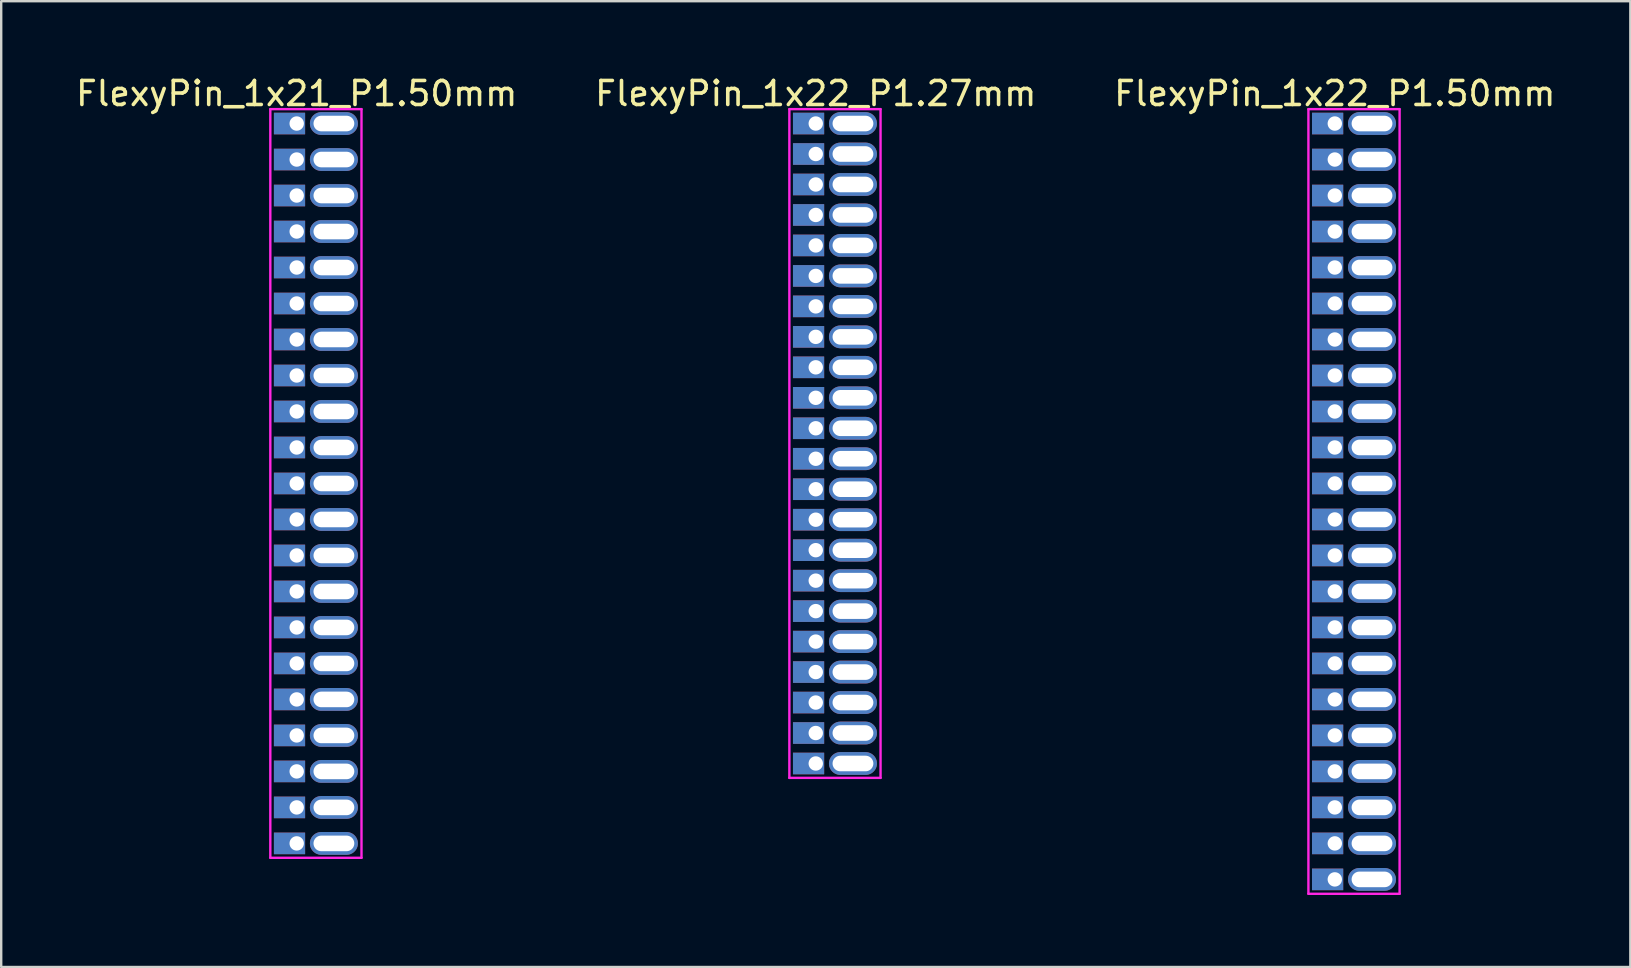
<source format=kicad_pcb>
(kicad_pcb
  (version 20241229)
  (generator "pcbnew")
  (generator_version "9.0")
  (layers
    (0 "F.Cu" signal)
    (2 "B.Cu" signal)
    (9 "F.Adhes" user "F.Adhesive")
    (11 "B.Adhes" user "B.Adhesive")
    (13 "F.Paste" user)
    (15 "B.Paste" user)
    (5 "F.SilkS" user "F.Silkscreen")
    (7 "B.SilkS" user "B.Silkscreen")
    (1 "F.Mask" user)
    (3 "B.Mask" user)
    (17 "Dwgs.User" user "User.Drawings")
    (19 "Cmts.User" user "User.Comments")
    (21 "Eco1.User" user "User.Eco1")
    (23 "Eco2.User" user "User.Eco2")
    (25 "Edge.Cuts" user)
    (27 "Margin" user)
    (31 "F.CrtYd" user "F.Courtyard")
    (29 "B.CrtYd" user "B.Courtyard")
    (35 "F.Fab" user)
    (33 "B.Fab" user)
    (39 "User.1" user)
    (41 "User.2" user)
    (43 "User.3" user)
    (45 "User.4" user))
  (footprint "FlexyPin_1x21_P1.50mm"
    (layer "F.Cu")
    (at 9.315 2.098)
    (property "Reference" "FlexyPin_1x21_P1.50mm" (at 0 -1.25 0) (layer "F.SilkS") (effects (font (size 1 1) (thickness 0.15))))
    (attr through_hole)
    (fp_line (start -1.1 -0.6) (end 2.7 -0.6) (stroke (width 0.1) (type solid)) (layer "F.CrtYd"))
    (fp_line (start -1.1 30.6) (end -1.1 -0.6) (stroke (width 0.1) (type solid)) (layer "F.CrtYd"))
    (fp_line (start 2.7 -0.6) (end 2.7 30.6) (stroke (width 0.1) (type solid)) (layer "F.CrtYd"))
    (fp_line (start 2.7 30.6) (end -1.1 30.6) (stroke (width 0.1) (type solid)) (layer "F.CrtYd"))
    (pad "" thru_hole oval (at 1.55 0) (size 2 0.95) (drill oval 1.7 0.65) (layers "*.Cu" "*.Mask"))
    (pad "" thru_hole oval (at 1.55 1.5) (size 2 0.95) (drill oval 1.7 0.65) (layers "*.Cu" "*.Mask"))
    (pad "" thru_hole oval (at 1.55 3) (size 2 0.95) (drill oval 1.7 0.65) (layers "*.Cu" "*.Mask"))
    (pad "" thru_hole oval (at 1.55 4.5) (size 2 0.95) (drill oval 1.7 0.65) (layers "*.Cu" "*.Mask"))
    (pad "" thru_hole oval (at 1.55 6) (size 2 0.95) (drill oval 1.7 0.65) (layers "*.Cu" "*.Mask"))
    (pad "" thru_hole oval (at 1.55 7.5) (size 2 0.95) (drill oval 1.7 0.65) (layers "*.Cu" "*.Mask"))
    (pad "" thru_hole oval (at 1.55 9) (size 2 0.95) (drill oval 1.7 0.65) (layers "*.Cu" "*.Mask"))
    (pad "" thru_hole oval (at 1.55 10.5) (size 2 0.95) (drill oval 1.7 0.65) (layers "*.Cu" "*.Mask"))
    (pad "" thru_hole oval (at 1.55 12) (size 2 0.95) (drill oval 1.7 0.65) (layers "*.Cu" "*.Mask"))
    (pad "" thru_hole oval (at 1.55 13.5) (size 2 0.95) (drill oval 1.7 0.65) (layers "*.Cu" "*.Mask"))
    (pad "" thru_hole oval (at 1.55 15) (size 2 0.95) (drill oval 1.7 0.65) (layers "*.Cu" "*.Mask"))
    (pad "" thru_hole oval (at 1.55 16.5) (size 2 0.95) (drill oval 1.7 0.65) (layers "*.Cu" "*.Mask"))
    (pad "" thru_hole oval (at 1.55 18) (size 2 0.95) (drill oval 1.7 0.65) (layers "*.Cu" "*.Mask"))
    (pad "" thru_hole oval (at 1.55 19.5) (size 2 0.95) (drill oval 1.7 0.65) (layers "*.Cu" "*.Mask"))
    (pad "" thru_hole oval (at 1.55 21) (size 2 0.95) (drill oval 1.7 0.65) (layers "*.Cu" "*.Mask"))
    (pad "" thru_hole oval (at 1.55 22.5) (size 2 0.95) (drill oval 1.7 0.65) (layers "*.Cu" "*.Mask"))
    (pad "" thru_hole oval (at 1.55 24) (size 2 0.95) (drill oval 1.7 0.65) (layers "*.Cu" "*.Mask"))
    (pad "" thru_hole oval (at 1.55 25.5) (size 2 0.95) (drill oval 1.7 0.65) (layers "*.Cu" "*.Mask"))
    (pad "" thru_hole oval (at 1.55 27) (size 2 0.95) (drill oval 1.7 0.65) (layers "*.Cu" "*.Mask"))
    (pad "" thru_hole oval (at 1.55 28.5) (size 2 0.95) (drill oval 1.7 0.65) (layers "*.Cu" "*.Mask"))
    (pad "" thru_hole oval (at 1.55 30) (size 2 0.95) (drill oval 1.7 0.65) (layers "*.Cu" "*.Mask"))
    (pad "1" thru_hole rect (at 0 0) (size 1.3 0.9) (drill 0.6 (offset -0.3 0)) (layers "*.Cu" "*.Mask"))
    (pad "2" thru_hole rect (at 0 1.5) (size 1.3 0.9) (drill 0.6 (offset -0.3 0)) (layers "*.Cu" "*.Mask"))
    (pad "3" thru_hole rect (at 0 3) (size 1.3 0.9) (drill 0.6 (offset -0.3 0)) (layers "*.Cu" "*.Mask"))
    (pad "4" thru_hole rect (at 0 4.5) (size 1.3 0.9) (drill 0.6 (offset -0.3 0)) (layers "*.Cu" "*.Mask"))
    (pad "5" thru_hole rect (at 0 6) (size 1.3 0.9) (drill 0.6 (offset -0.3 0)) (layers "*.Cu" "*.Mask"))
    (pad "6" thru_hole rect (at 0 7.5) (size 1.3 0.9) (drill 0.6 (offset -0.3 0)) (layers "*.Cu" "*.Mask"))
    (pad "7" thru_hole rect (at 0 9) (size 1.3 0.9) (drill 0.6 (offset -0.3 0)) (layers "*.Cu" "*.Mask"))
    (pad "8" thru_hole rect (at 0 10.5) (size 1.3 0.9) (drill 0.6 (offset -0.3 0)) (layers "*.Cu" "*.Mask"))
    (pad "9" thru_hole rect (at 0 12) (size 1.3 0.9) (drill 0.6 (offset -0.3 0)) (layers "*.Cu" "*.Mask"))
    (pad "10" thru_hole rect (at 0 13.5) (size 1.3 0.9) (drill 0.6 (offset -0.3 0)) (layers "*.Cu" "*.Mask"))
    (pad "11" thru_hole rect (at 0 15) (size 1.3 0.9) (drill 0.6 (offset -0.3 0)) (layers "*.Cu" "*.Mask"))
    (pad "12" thru_hole rect (at 0 16.5) (size 1.3 0.9) (drill 0.6 (offset -0.3 0)) (layers "*.Cu" "*.Mask"))
    (pad "13" thru_hole rect (at 0 18) (size 1.3 0.9) (drill 0.6 (offset -0.3 0)) (layers "*.Cu" "*.Mask"))
    (pad "14" thru_hole rect (at 0 19.5) (size 1.3 0.9) (drill 0.6 (offset -0.3 0)) (layers "*.Cu" "*.Mask"))
    (pad "15" thru_hole rect (at 0 21) (size 1.3 0.9) (drill 0.6 (offset -0.3 0)) (layers "*.Cu" "*.Mask"))
    (pad "16" thru_hole rect (at 0 22.5) (size 1.3 0.9) (drill 0.6 (offset -0.3 0)) (layers "*.Cu" "*.Mask"))
    (pad "17" thru_hole rect (at 0 24) (size 1.3 0.9) (drill 0.6 (offset -0.3 0)) (layers "*.Cu" "*.Mask"))
    (pad "18" thru_hole rect (at 0 25.5) (size 1.3 0.9) (drill 0.6 (offset -0.3 0)) (layers "*.Cu" "*.Mask"))
    (pad "19" thru_hole rect (at 0 27) (size 1.3 0.9) (drill 0.6 (offset -0.3 0)) (layers "*.Cu" "*.Mask"))
    (pad "20" thru_hole rect (at 0 28.5) (size 1.3 0.9) (drill 0.6 (offset -0.3 0)) (layers "*.Cu" "*.Mask"))
    (pad "21" thru_hole rect (at 0 30) (size 1.3 0.9) (drill 0.6 (offset -0.3 0)) (layers "*.Cu" "*.Mask")))
  (footprint "FlexyPin_1x22_P1.50mm"
    (layer "F.Cu")
    (at 52.577 2.098)
    (property "Reference" "FlexyPin_1x22_P1.50mm" (at 0 -1.25 0) (layer "F.SilkS") (effects (font (size 1 1) (thickness 0.15))))
    (attr through_hole)
    (fp_line (start -1.1 -0.6) (end 2.7 -0.6) (stroke (width 0.1) (type solid)) (layer "F.CrtYd"))
    (fp_line (start -1.1 32.1) (end -1.1 -0.6) (stroke (width 0.1) (type solid)) (layer "F.CrtYd"))
    (fp_line (start 2.7 -0.6) (end 2.7 32.1) (stroke (width 0.1) (type solid)) (layer "F.CrtYd"))
    (fp_line (start 2.7 32.1) (end -1.1 32.1) (stroke (width 0.1) (type solid)) (layer "F.CrtYd"))
    (pad "" thru_hole oval (at 1.55 0) (size 2 0.95) (drill oval 1.7 0.65) (layers "*.Cu" "*.Mask"))
    (pad "" thru_hole oval (at 1.55 1.5) (size 2 0.95) (drill oval 1.7 0.65) (layers "*.Cu" "*.Mask"))
    (pad "" thru_hole oval (at 1.55 3) (size 2 0.95) (drill oval 1.7 0.65) (layers "*.Cu" "*.Mask"))
    (pad "" thru_hole oval (at 1.55 4.5) (size 2 0.95) (drill oval 1.7 0.65) (layers "*.Cu" "*.Mask"))
    (pad "" thru_hole oval (at 1.55 6) (size 2 0.95) (drill oval 1.7 0.65) (layers "*.Cu" "*.Mask"))
    (pad "" thru_hole oval (at 1.55 7.5) (size 2 0.95) (drill oval 1.7 0.65) (layers "*.Cu" "*.Mask"))
    (pad "" thru_hole oval (at 1.55 9) (size 2 0.95) (drill oval 1.7 0.65) (layers "*.Cu" "*.Mask"))
    (pad "" thru_hole oval (at 1.55 10.5) (size 2 0.95) (drill oval 1.7 0.65) (layers "*.Cu" "*.Mask"))
    (pad "" thru_hole oval (at 1.55 12) (size 2 0.95) (drill oval 1.7 0.65) (layers "*.Cu" "*.Mask"))
    (pad "" thru_hole oval (at 1.55 13.5) (size 2 0.95) (drill oval 1.7 0.65) (layers "*.Cu" "*.Mask"))
    (pad "" thru_hole oval (at 1.55 15) (size 2 0.95) (drill oval 1.7 0.65) (layers "*.Cu" "*.Mask"))
    (pad "" thru_hole oval (at 1.55 16.5) (size 2 0.95) (drill oval 1.7 0.65) (layers "*.Cu" "*.Mask"))
    (pad "" thru_hole oval (at 1.55 18) (size 2 0.95) (drill oval 1.7 0.65) (layers "*.Cu" "*.Mask"))
    (pad "" thru_hole oval (at 1.55 19.5) (size 2 0.95) (drill oval 1.7 0.65) (layers "*.Cu" "*.Mask"))
    (pad "" thru_hole oval (at 1.55 21) (size 2 0.95) (drill oval 1.7 0.65) (layers "*.Cu" "*.Mask"))
    (pad "" thru_hole oval (at 1.55 22.5) (size 2 0.95) (drill oval 1.7 0.65) (layers "*.Cu" "*.Mask"))
    (pad "" thru_hole oval (at 1.55 24) (size 2 0.95) (drill oval 1.7 0.65) (layers "*.Cu" "*.Mask"))
    (pad "" thru_hole oval (at 1.55 25.5) (size 2 0.95) (drill oval 1.7 0.65) (layers "*.Cu" "*.Mask"))
    (pad "" thru_hole oval (at 1.55 27) (size 2 0.95) (drill oval 1.7 0.65) (layers "*.Cu" "*.Mask"))
    (pad "" thru_hole oval (at 1.55 28.5) (size 2 0.95) (drill oval 1.7 0.65) (layers "*.Cu" "*.Mask"))
    (pad "" thru_hole oval (at 1.55 30) (size 2 0.95) (drill oval 1.7 0.65) (layers "*.Cu" "*.Mask"))
    (pad "" thru_hole oval (at 1.55 31.5) (size 2 0.95) (drill oval 1.7 0.65) (layers "*.Cu" "*.Mask"))
    (pad "1" thru_hole rect (at 0 0) (size 1.3 0.9) (drill 0.6 (offset -0.3 0)) (layers "*.Cu" "*.Mask"))
    (pad "2" thru_hole rect (at 0 1.5) (size 1.3 0.9) (drill 0.6 (offset -0.3 0)) (layers "*.Cu" "*.Mask"))
    (pad "3" thru_hole rect (at 0 3) (size 1.3 0.9) (drill 0.6 (offset -0.3 0)) (layers "*.Cu" "*.Mask"))
    (pad "4" thru_hole rect (at 0 4.5) (size 1.3 0.9) (drill 0.6 (offset -0.3 0)) (layers "*.Cu" "*.Mask"))
    (pad "5" thru_hole rect (at 0 6) (size 1.3 0.9) (drill 0.6 (offset -0.3 0)) (layers "*.Cu" "*.Mask"))
    (pad "6" thru_hole rect (at 0 7.5) (size 1.3 0.9) (drill 0.6 (offset -0.3 0)) (layers "*.Cu" "*.Mask"))
    (pad "7" thru_hole rect (at 0 9) (size 1.3 0.9) (drill 0.6 (offset -0.3 0)) (layers "*.Cu" "*.Mask"))
    (pad "8" thru_hole rect (at 0 10.5) (size 1.3 0.9) (drill 0.6 (offset -0.3 0)) (layers "*.Cu" "*.Mask"))
    (pad "9" thru_hole rect (at 0 12) (size 1.3 0.9) (drill 0.6 (offset -0.3 0)) (layers "*.Cu" "*.Mask"))
    (pad "10" thru_hole rect (at 0 13.5) (size 1.3 0.9) (drill 0.6 (offset -0.3 0)) (layers "*.Cu" "*.Mask"))
    (pad "11" thru_hole rect (at 0 15) (size 1.3 0.9) (drill 0.6 (offset -0.3 0)) (layers "*.Cu" "*.Mask"))
    (pad "12" thru_hole rect (at 0 16.5) (size 1.3 0.9) (drill 0.6 (offset -0.3 0)) (layers "*.Cu" "*.Mask"))
    (pad "13" thru_hole rect (at 0 18) (size 1.3 0.9) (drill 0.6 (offset -0.3 0)) (layers "*.Cu" "*.Mask"))
    (pad "14" thru_hole rect (at 0 19.5) (size 1.3 0.9) (drill 0.6 (offset -0.3 0)) (layers "*.Cu" "*.Mask"))
    (pad "15" thru_hole rect (at 0 21) (size 1.3 0.9) (drill 0.6 (offset -0.3 0)) (layers "*.Cu" "*.Mask"))
    (pad "16" thru_hole rect (at 0 22.5) (size 1.3 0.9) (drill 0.6 (offset -0.3 0)) (layers "*.Cu" "*.Mask"))
    (pad "17" thru_hole rect (at 0 24) (size 1.3 0.9) (drill 0.6 (offset -0.3 0)) (layers "*.Cu" "*.Mask"))
    (pad "18" thru_hole rect (at 0 25.5) (size 1.3 0.9) (drill 0.6 (offset -0.3 0)) (layers "*.Cu" "*.Mask"))
    (pad "19" thru_hole rect (at 0 27) (size 1.3 0.9) (drill 0.6 (offset -0.3 0)) (layers "*.Cu" "*.Mask"))
    (pad "20" thru_hole rect (at 0 28.5) (size 1.3 0.9) (drill 0.6 (offset -0.3 0)) (layers "*.Cu" "*.Mask"))
    (pad "21" thru_hole rect (at 0 30) (size 1.3 0.9) (drill 0.6 (offset -0.3 0)) (layers "*.Cu" "*.Mask"))
    (pad "22" thru_hole rect (at 0 31.5) (size 1.3 0.9) (drill 0.6 (offset -0.3 0)) (layers "*.Cu" "*.Mask")))
  (footprint "FlexyPin_1x22_P1.27mm"
    (layer "F.Cu")
    (at 30.946 2.098)
    (property "Reference" "FlexyPin_1x22_P1.27mm" (at 0 -1.25 0) (layer "F.SilkS") (effects (font (size 1 1) (thickness 0.15))))
    (attr through_hole)
    (fp_line (start -1.1 -0.6) (end 2.7 -0.6) (stroke (width 0.1) (type solid)) (layer "F.CrtYd"))
    (fp_line (start -1.1 27.27) (end -1.1 -0.6) (stroke (width 0.1) (type solid)) (layer "F.CrtYd"))
    (fp_line (start 2.7 -0.6) (end 2.7 27.27) (stroke (width 0.1) (type solid)) (layer "F.CrtYd"))
    (fp_line (start 2.7 27.27) (end -1.1 27.27) (stroke (width 0.1) (type solid)) (layer "F.CrtYd"))
    (pad "" thru_hole oval (at 1.55 0) (size 2 0.95) (drill oval 1.7 0.65) (layers "*.Cu" "*.Mask"))
    (pad "" thru_hole oval (at 1.55 1.27) (size 2 0.95) (drill oval 1.7 0.65) (layers "*.Cu" "*.Mask"))
    (pad "" thru_hole oval (at 1.55 2.54) (size 2 0.95) (drill oval 1.7 0.65) (layers "*.Cu" "*.Mask"))
    (pad "" thru_hole oval (at 1.55 3.81) (size 2 0.95) (drill oval 1.7 0.65) (layers "*.Cu" "*.Mask"))
    (pad "" thru_hole oval (at 1.55 5.08) (size 2 0.95) (drill oval 1.7 0.65) (layers "*.Cu" "*.Mask"))
    (pad "" thru_hole oval (at 1.55 6.35) (size 2 0.95) (drill oval 1.7 0.65) (layers "*.Cu" "*.Mask"))
    (pad "" thru_hole oval (at 1.55 7.62) (size 2 0.95) (drill oval 1.7 0.65) (layers "*.Cu" "*.Mask"))
    (pad "" thru_hole oval (at 1.55 8.89) (size 2 0.95) (drill oval 1.7 0.65) (layers "*.Cu" "*.Mask"))
    (pad "" thru_hole oval (at 1.55 10.16) (size 2 0.95) (drill oval 1.7 0.65) (layers "*.Cu" "*.Mask"))
    (pad "" thru_hole oval (at 1.55 11.43) (size 2 0.95) (drill oval 1.7 0.65) (layers "*.Cu" "*.Mask"))
    (pad "" thru_hole oval (at 1.55 12.7) (size 2 0.95) (drill oval 1.7 0.65) (layers "*.Cu" "*.Mask"))
    (pad "" thru_hole oval (at 1.55 13.97) (size 2 0.95) (drill oval 1.7 0.65) (layers "*.Cu" "*.Mask"))
    (pad "" thru_hole oval (at 1.55 15.24) (size 2 0.95) (drill oval 1.7 0.65) (layers "*.Cu" "*.Mask"))
    (pad "" thru_hole oval (at 1.55 16.51) (size 2 0.95) (drill oval 1.7 0.65) (layers "*.Cu" "*.Mask"))
    (pad "" thru_hole oval (at 1.55 17.78) (size 2 0.95) (drill oval 1.7 0.65) (layers "*.Cu" "*.Mask"))
    (pad "" thru_hole oval (at 1.55 19.05) (size 2 0.95) (drill oval 1.7 0.65) (layers "*.Cu" "*.Mask"))
    (pad "" thru_hole oval (at 1.55 20.32) (size 2 0.95) (drill oval 1.7 0.65) (layers "*.Cu" "*.Mask"))
    (pad "" thru_hole oval (at 1.55 21.59) (size 2 0.95) (drill oval 1.7 0.65) (layers "*.Cu" "*.Mask"))
    (pad "" thru_hole oval (at 1.55 22.86) (size 2 0.95) (drill oval 1.7 0.65) (layers "*.Cu" "*.Mask"))
    (pad "" thru_hole oval (at 1.55 24.13) (size 2 0.95) (drill oval 1.7 0.65) (layers "*.Cu" "*.Mask"))
    (pad "" thru_hole oval (at 1.55 25.4) (size 2 0.95) (drill oval 1.7 0.65) (layers "*.Cu" "*.Mask"))
    (pad "" thru_hole oval (at 1.55 26.67) (size 2 0.95) (drill oval 1.7 0.65) (layers "*.Cu" "*.Mask"))
    (pad "1" thru_hole rect (at 0 0) (size 1.3 0.9) (drill 0.6 (offset -0.3 0)) (layers "*.Cu" "*.Mask"))
    (pad "2" thru_hole rect (at 0 1.27) (size 1.3 0.9) (drill 0.6 (offset -0.3 0)) (layers "*.Cu" "*.Mask"))
    (pad "3" thru_hole rect (at 0 2.54) (size 1.3 0.9) (drill 0.6 (offset -0.3 0)) (layers "*.Cu" "*.Mask"))
    (pad "4" thru_hole rect (at 0 3.81) (size 1.3 0.9) (drill 0.6 (offset -0.3 0)) (layers "*.Cu" "*.Mask"))
    (pad "5" thru_hole rect (at 0 5.08) (size 1.3 0.9) (drill 0.6 (offset -0.3 0)) (layers "*.Cu" "*.Mask"))
    (pad "6" thru_hole rect (at 0 6.35) (size 1.3 0.9) (drill 0.6 (offset -0.3 0)) (layers "*.Cu" "*.Mask"))
    (pad "7" thru_hole rect (at 0 7.62) (size 1.3 0.9) (drill 0.6 (offset -0.3 0)) (layers "*.Cu" "*.Mask"))
    (pad "8" thru_hole rect (at 0 8.89) (size 1.3 0.9) (drill 0.6 (offset -0.3 0)) (layers "*.Cu" "*.Mask"))
    (pad "9" thru_hole rect (at 0 10.16) (size 1.3 0.9) (drill 0.6 (offset -0.3 0)) (layers "*.Cu" "*.Mask"))
    (pad "10" thru_hole rect (at 0 11.43) (size 1.3 0.9) (drill 0.6 (offset -0.3 0)) (layers "*.Cu" "*.Mask"))
    (pad "11" thru_hole rect (at 0 12.7) (size 1.3 0.9) (drill 0.6 (offset -0.3 0)) (layers "*.Cu" "*.Mask"))
    (pad "12" thru_hole rect (at 0 13.97) (size 1.3 0.9) (drill 0.6 (offset -0.3 0)) (layers "*.Cu" "*.Mask"))
    (pad "13" thru_hole rect (at 0 15.24) (size 1.3 0.9) (drill 0.6 (offset -0.3 0)) (layers "*.Cu" "*.Mask"))
    (pad "14" thru_hole rect (at 0 16.51) (size 1.3 0.9) (drill 0.6 (offset -0.3 0)) (layers "*.Cu" "*.Mask"))
    (pad "15" thru_hole rect (at 0 17.78) (size 1.3 0.9) (drill 0.6 (offset -0.3 0)) (layers "*.Cu" "*.Mask"))
    (pad "16" thru_hole rect (at 0 19.05) (size 1.3 0.9) (drill 0.6 (offset -0.3 0)) (layers "*.Cu" "*.Mask"))
    (pad "17" thru_hole rect (at 0 20.32) (size 1.3 0.9) (drill 0.6 (offset -0.3 0)) (layers "*.Cu" "*.Mask"))
    (pad "18" thru_hole rect (at 0 21.59) (size 1.3 0.9) (drill 0.6 (offset -0.3 0)) (layers "*.Cu" "*.Mask"))
    (pad "19" thru_hole rect (at 0 22.86) (size 1.3 0.9) (drill 0.6 (offset -0.3 0)) (layers "*.Cu" "*.Mask"))
    (pad "20" thru_hole rect (at 0 24.13) (size 1.3 0.9) (drill 0.6 (offset -0.3 0)) (layers "*.Cu" "*.Mask"))
    (pad "21" thru_hole rect (at 0 25.4) (size 1.3 0.9) (drill 0.6 (offset -0.3 0)) (layers "*.Cu" "*.Mask"))
    (pad "22" thru_hole rect (at 0 26.67) (size 1.3 0.9) (drill 0.6 (offset -0.3 0)) (layers "*.Cu" "*.Mask")))
  (gr_rect
    (start -3 -3)
    (end 64.893 37.248)
    (stroke (width 0.1) (type default))
    (fill no)
    (layer "Edge.Cuts")))
</source>
